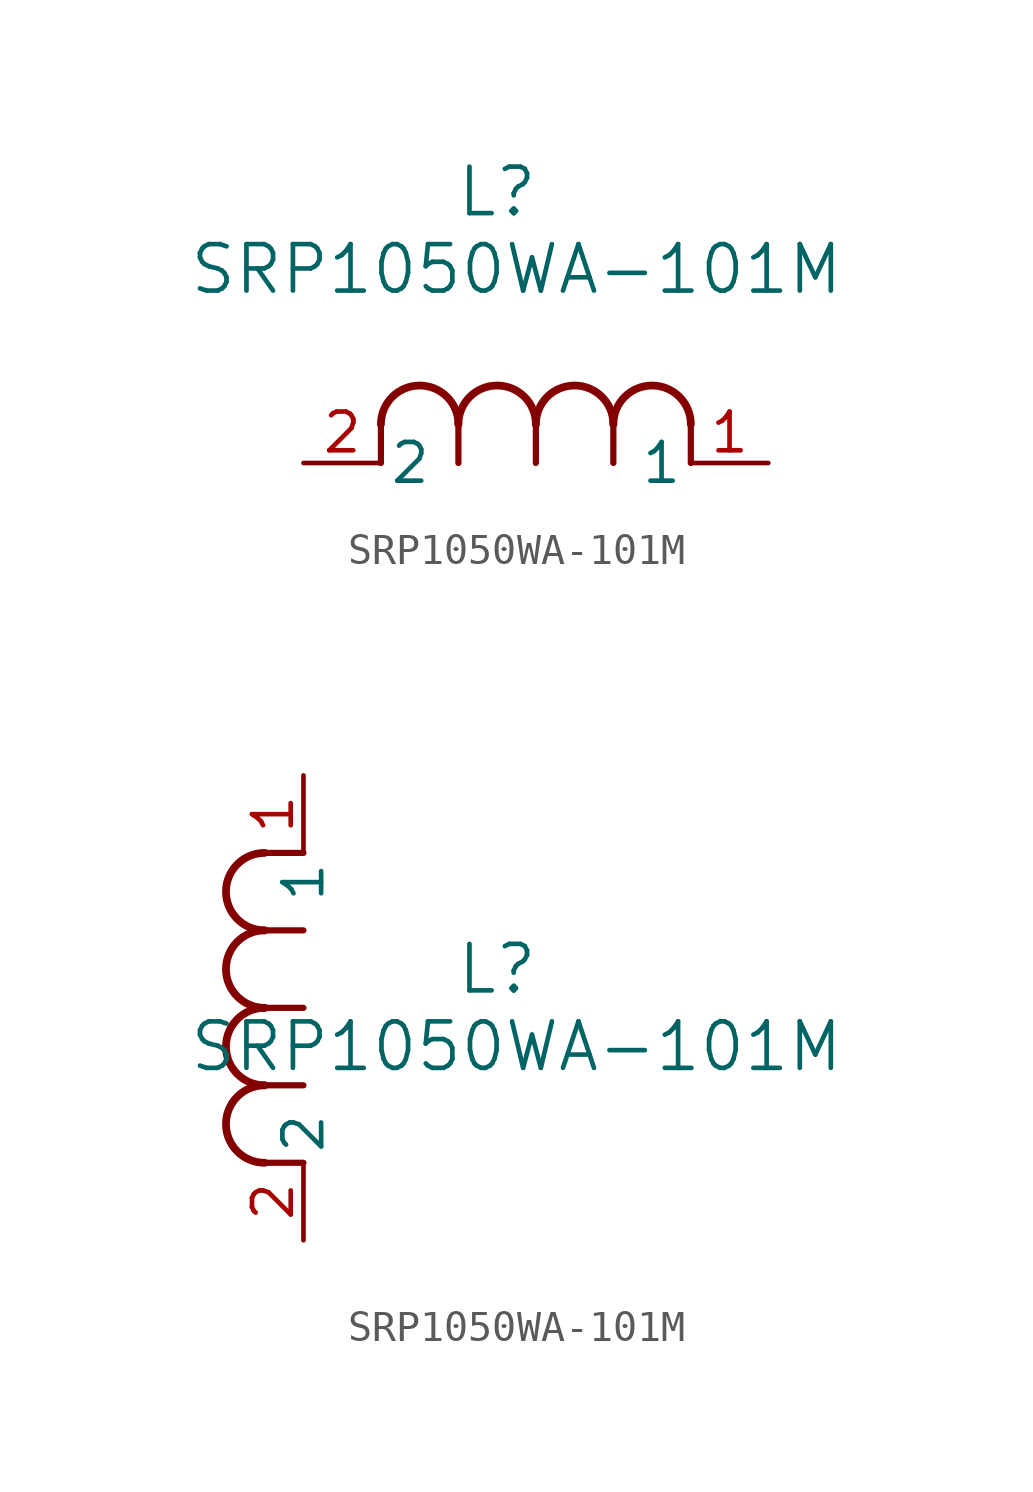
<source format=kicad_sym>
(kicad_symbol_lib
  (version 20231120)
  (generator "kicad_symbol_editor")
  (generator_version "8.0")
  (symbol "SRP1050WA-101M"
    (pin_names
      (offset 0.254))
    (property "Reference" "L"
      (at 6.35 8.89 0)
      (effects (font (size 1.524 1.524))))
    (property "Value" "SRP1050WA-101M"
      (at 6.985 6.35 0)
      (effects (font (size 1.524 1.524))))
    (symbol "SRP1050WA-101M_1_1"
      (polyline (pts (xy 2.54 0) (xy 2.54 1.27)) (stroke (width 0.203) (type default)) (fill (type none)))
      (polyline (pts (xy 5.08 0) (xy 5.08 1.27)) (stroke (width 0.203) (type default)) (fill (type none)))
      (polyline (pts (xy 7.62 0) (xy 7.62 1.27)) (stroke (width 0.203) (type default)) (fill (type none)))
      (polyline (pts (xy 10.16 0) (xy 10.16 1.27)) (stroke (width 0.203) (type default)) (fill (type none)))
      (polyline (pts (xy 12.7 0) (xy 12.7 1.27)) (stroke (width 0.203) (type default)) (fill (type none)))
      (arc (start 5.08 1.27) (mid 3.81 2.5345) (end 2.54 1.27) (stroke (width 0.254) (type default)) (fill (type none)))
      (arc (start 7.62 1.27) (mid 6.35 2.5345) (end 5.08 1.27) (stroke (width 0.254) (type default)) (fill (type none)))
      (arc (start 10.16 1.27) (mid 8.89 2.5345) (end 7.62 1.27) (stroke (width 0.254) (type default)) (fill (type none)))
      (arc (start 12.7 1.27) (mid 11.43 2.5345) (end 10.16 1.27) (stroke (width 0.254) (type default)) (fill (type none)))
      (pin unspecified line (at 15.24 0 180) (length 2.54) (name "1" (effects (font (size 1.27 1.27)))) (number "1" (effects (font (size 1.27 1.27)))))
      (pin unspecified line (at 0 0 0) (length 2.54) (name "2" (effects (font (size 1.27 1.27)))) (number "2" (effects (font (size 1.27 1.27))))))
    (symbol "SRP1050WA-101M_1_2"
      (arc (start -1.27 5.08) (mid -2.5345 3.81) (end -1.27 2.54) (stroke (width 0.254) (type default)) (fill (type none)))
      (arc (start -1.27 7.62) (mid -2.5345 6.35) (end -1.27 5.08) (stroke (width 0.254) (type default)) (fill (type none)))
      (arc (start -1.27 10.16) (mid -2.5345 8.89) (end -1.27 7.62) (stroke (width 0.254) (type default)) (fill (type none)))
      (arc (start -1.27 12.7) (mid -2.5345 11.43) (end -1.27 10.16) (stroke (width 0.254) (type default)) (fill (type none)))
      (polyline (pts (xy 0 2.54) (xy -1.27 2.54)) (stroke (width 0.203) (type default)) (fill (type none)))
      (polyline (pts (xy 0 5.08) (xy -1.27 5.08)) (stroke (width 0.203) (type default)) (fill (type none)))
      (polyline (pts (xy 0 7.62) (xy -1.27 7.62)) (stroke (width 0.203) (type default)) (fill (type none)))
      (polyline (pts (xy 0 10.16) (xy -1.27 10.16)) (stroke (width 0.203) (type default)) (fill (type none)))
      (polyline (pts (xy 0 12.7) (xy -1.27 12.7)) (stroke (width 0.203) (type default)) (fill (type none)))
      (pin unspecified line (at 0 15.24 270) (length 2.54) (name "1" (effects (font (size 1.27 1.27)))) (number "1" (effects (font (size 1.27 1.27)))))
      (pin unspecified line (at 0 0 90) (length 2.54) (name "2" (effects (font (size 1.27 1.27)))) (number "2" (effects (font (size 1.27 1.27))))))))
</source>
